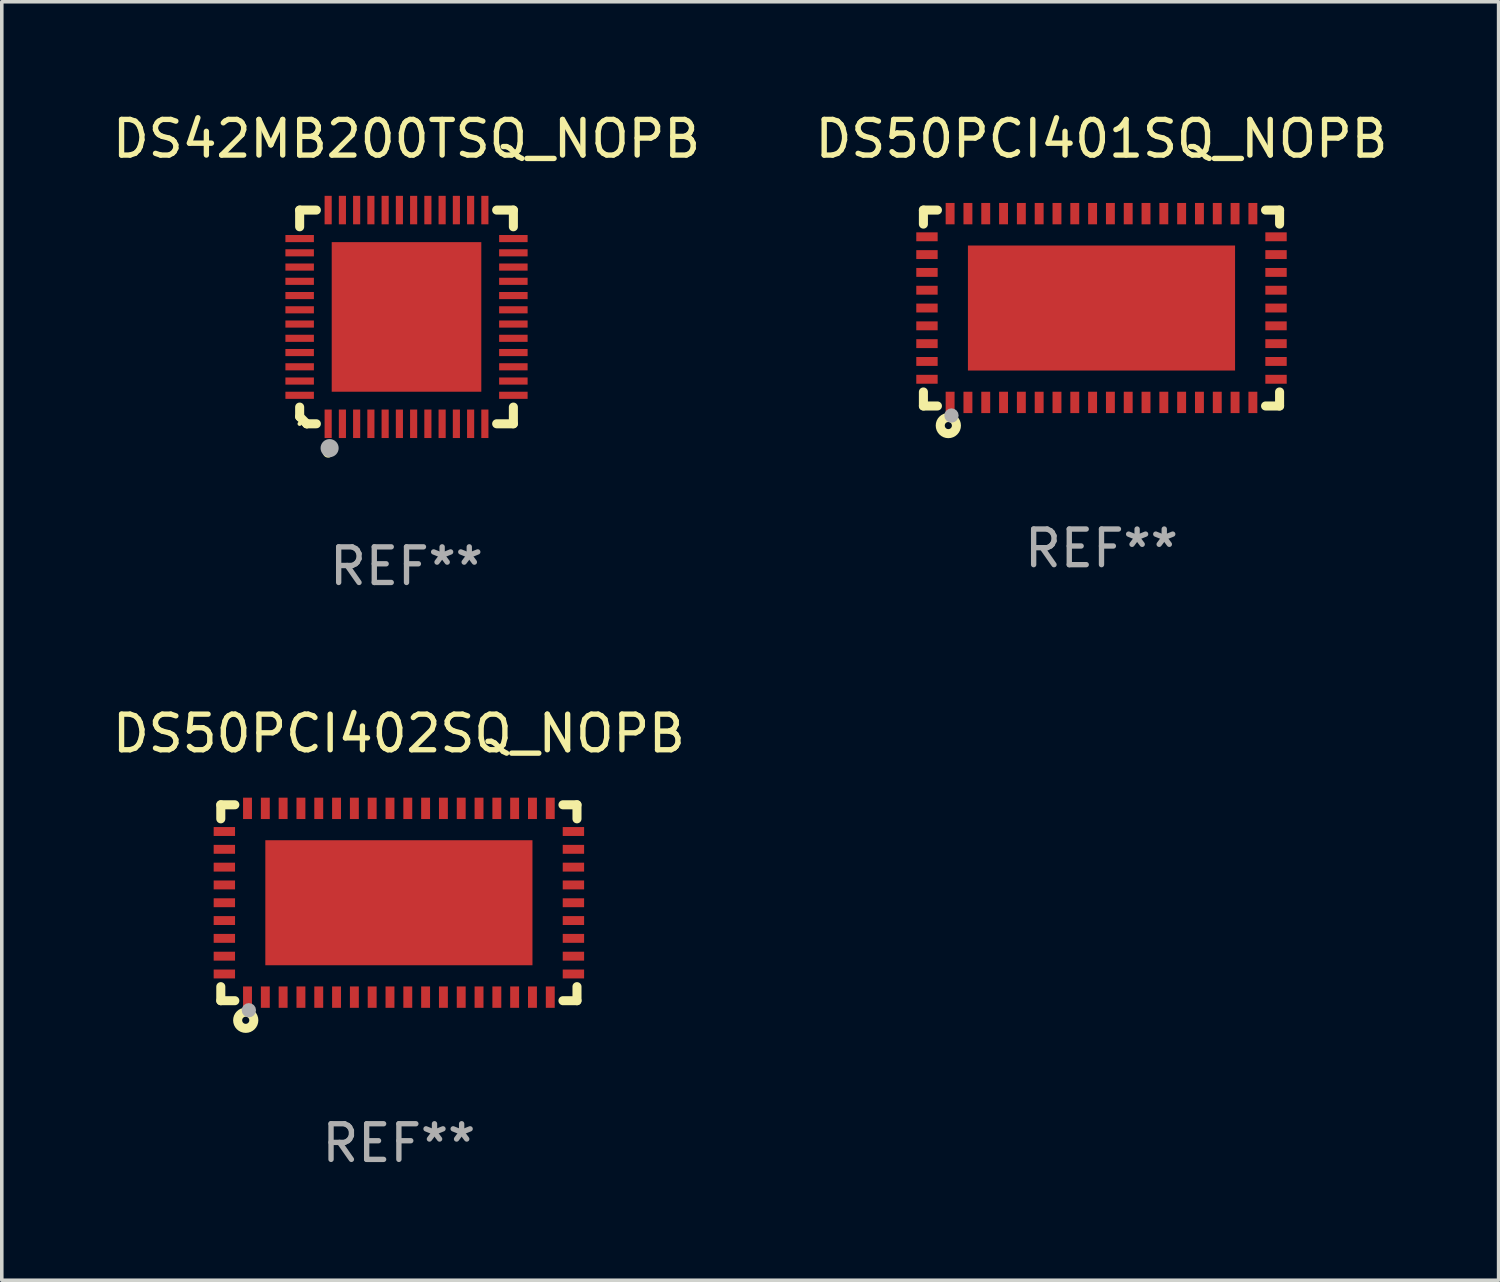
<source format=kicad_pcb>
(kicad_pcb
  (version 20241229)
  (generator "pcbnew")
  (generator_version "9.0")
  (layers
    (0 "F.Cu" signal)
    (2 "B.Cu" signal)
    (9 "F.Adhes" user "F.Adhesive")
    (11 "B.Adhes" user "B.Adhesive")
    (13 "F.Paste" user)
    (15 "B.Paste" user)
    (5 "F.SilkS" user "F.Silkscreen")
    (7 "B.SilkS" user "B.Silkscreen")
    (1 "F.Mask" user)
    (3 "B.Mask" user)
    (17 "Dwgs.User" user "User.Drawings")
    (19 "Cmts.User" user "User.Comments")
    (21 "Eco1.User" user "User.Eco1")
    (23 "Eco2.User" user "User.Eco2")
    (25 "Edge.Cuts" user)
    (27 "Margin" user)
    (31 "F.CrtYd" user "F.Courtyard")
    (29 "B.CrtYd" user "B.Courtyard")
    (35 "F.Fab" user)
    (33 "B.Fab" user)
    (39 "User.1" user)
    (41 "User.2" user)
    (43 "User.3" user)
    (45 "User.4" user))
  (footprint "DS50PCI402SQ_NOPB"
    (layer "F.Cu")
    (at 8.149 22.295)
    (property "Reference" "DS50PCI402SQ_NOPB" (at 0 -4.75 0) (layer "F.SilkS") (effects (font (size 1 1) (thickness 0.15))))
    (attr through_hole)
    (fp_line (start -5 -2.75) (end -4.606 -2.75) (stroke (width 0.254) (type solid)) (layer "F.SilkS"))
    (fp_line (start -5 -2.356) (end -5 -2.75) (stroke (width 0.254) (type solid)) (layer "F.SilkS"))
    (fp_line (start -5 2.75) (end -5 2.356) (stroke (width 0.254) (type solid)) (layer "F.SilkS"))
    (fp_line (start -4.606 2.75) (end -5 2.75) (stroke (width 0.254) (type solid)) (layer "F.SilkS"))
    (fp_line (start 4.606 -2.75) (end 5 -2.75) (stroke (width 0.254) (type solid)) (layer "F.SilkS"))
    (fp_line (start 5 -2.75) (end 5 -2.356) (stroke (width 0.254) (type solid)) (layer "F.SilkS"))
    (fp_line (start 5 2.356) (end 5 2.75) (stroke (width 0.254) (type solid)) (layer "F.SilkS"))
    (fp_line (start 5 2.75) (end 4.606 2.75) (stroke (width 0.254) (type solid)) (layer "F.SilkS"))
    (fp_circle (center -5 2.75) (end -4.97 2.75) (stroke (width 0.06) (type solid)) (fill no) (layer "F.SilkS"))
    (fp_circle (center -4.3 3.3) (end -4.2 3.3) (stroke (width 0.254) (type solid)) (fill no) (layer "F.SilkS"))
    (fp_circle (center -4.212 3.018) (end -4.111 3.018) (stroke (width 0.2) (type solid)) (fill no) (layer "F.Fab"))
    (fp_text user "REF**" (at 0 6.75 0) (layer "F.Fab") (effects (font (size 1 1) (thickness 0.15))))
    (pad "1" smd rect (at -4.25 2.65 270) (size 0.6 0.25) (layers "F.Cu" "F.Mask" "F.Paste"))
    (pad "2" smd rect (at -3.75 2.65 270) (size 0.6 0.25) (layers "F.Cu" "F.Mask" "F.Paste"))
    (pad "3" smd rect (at -3.25 2.65 270) (size 0.6 0.25) (layers "F.Cu" "F.Mask" "F.Paste"))
    (pad "4" smd rect (at -2.75 2.65 270) (size 0.6 0.25) (layers "F.Cu" "F.Mask" "F.Paste"))
    (pad "5" smd rect (at -2.25 2.65 270) (size 0.6 0.25) (layers "F.Cu" "F.Mask" "F.Paste"))
    (pad "6" smd rect (at -1.75 2.65 270) (size 0.6 0.25) (layers "F.Cu" "F.Mask" "F.Paste"))
    (pad "7" smd rect (at -1.25 2.65 270) (size 0.6 0.25) (layers "F.Cu" "F.Mask" "F.Paste"))
    (pad "8" smd rect (at -0.75 2.65 270) (size 0.6 0.25) (layers "F.Cu" "F.Mask" "F.Paste"))
    (pad "9" smd rect (at -0.25 2.65 270) (size 0.6 0.25) (layers "F.Cu" "F.Mask" "F.Paste"))
    (pad "10" smd rect (at 0.25 2.65 270) (size 0.6 0.25) (layers "F.Cu" "F.Mask" "F.Paste"))
    (pad "11" smd rect (at 0.75 2.65 270) (size 0.6 0.25) (layers "F.Cu" "F.Mask" "F.Paste"))
    (pad "12" smd rect (at 1.25 2.65 270) (size 0.6 0.25) (layers "F.Cu" "F.Mask" "F.Paste"))
    (pad "13" smd rect (at 1.75 2.65 270) (size 0.6 0.25) (layers "F.Cu" "F.Mask" "F.Paste"))
    (pad "14" smd rect (at 2.25 2.65 270) (size 0.6 0.25) (layers "F.Cu" "F.Mask" "F.Paste"))
    (pad "15" smd rect (at 2.75 2.65 270) (size 0.6 0.25) (layers "F.Cu" "F.Mask" "F.Paste"))
    (pad "16" smd rect (at 3.25 2.65 270) (size 0.6 0.25) (layers "F.Cu" "F.Mask" "F.Paste"))
    (pad "17" smd rect (at 3.75 2.65 270) (size 0.6 0.25) (layers "F.Cu" "F.Mask" "F.Paste"))
    (pad "18" smd rect (at 4.25 2.65 270) (size 0.6 0.25) (layers "F.Cu" "F.Mask" "F.Paste"))
    (pad "19" smd rect (at 4.9 2 270) (size 0.25 0.6) (layers "F.Cu" "F.Mask" "F.Paste"))
    (pad "20" smd rect (at 4.9 1.5 270) (size 0.25 0.6) (layers "F.Cu" "F.Mask" "F.Paste"))
    (pad "21" smd rect (at 4.9 1 270) (size 0.25 0.6) (layers "F.Cu" "F.Mask" "F.Paste"))
    (pad "22" smd rect (at 4.9 0.5 270) (size 0.25 0.6) (layers "F.Cu" "F.Mask" "F.Paste"))
    (pad "23" smd rect (at 4.9 -0.000076 270) (size 0.25 0.6) (layers "F.Cu" "F.Mask" "F.Paste"))
    (pad "24" smd rect (at 4.9 -0.5 270) (size 0.25 0.6) (layers "F.Cu" "F.Mask" "F.Paste"))
    (pad "25" smd rect (at 4.9 -1 270) (size 0.25 0.6) (layers "F.Cu" "F.Mask" "F.Paste"))
    (pad "26" smd rect (at 4.9 -1.5 270) (size 0.25 0.6) (layers "F.Cu" "F.Mask" "F.Paste"))
    (pad "27" smd rect (at 4.9 -2 270) (size 0.25 0.6) (layers "F.Cu" "F.Mask" "F.Paste"))
    (pad "28" smd rect (at 4.25 -2.65 270) (size 0.6 0.25) (layers "F.Cu" "F.Mask" "F.Paste"))
    (pad "29" smd rect (at 3.75 -2.65 270) (size 0.6 0.25) (layers "F.Cu" "F.Mask" "F.Paste"))
    (pad "30" smd rect (at 3.25 -2.65 270) (size 0.6 0.25) (layers "F.Cu" "F.Mask" "F.Paste"))
    (pad "31" smd rect (at 2.75 -2.65 270) (size 0.6 0.25) (layers "F.Cu" "F.Mask" "F.Paste"))
    (pad "32" smd rect (at 2.25 -2.65 270) (size 0.6 0.25) (layers "F.Cu" "F.Mask" "F.Paste"))
    (pad "33" smd rect (at 1.75 -2.65 270) (size 0.6 0.25) (layers "F.Cu" "F.Mask" "F.Paste"))
    (pad "34" smd rect (at 1.25 -2.65 270) (size 0.6 0.25) (layers "F.Cu" "F.Mask" "F.Paste"))
    (pad "35" smd rect (at 0.75 -2.65 270) (size 0.6 0.25) (layers "F.Cu" "F.Mask" "F.Paste"))
    (pad "36" smd rect (at 0.25 -2.65 270) (size 0.6 0.25) (layers "F.Cu" "F.Mask" "F.Paste"))
    (pad "37" smd rect (at -0.25 -2.65 270) (size 0.6 0.25) (layers "F.Cu" "F.Mask" "F.Paste"))
    (pad "38" smd rect (at -0.75 -2.65 270) (size 0.6 0.25) (layers "F.Cu" "F.Mask" "F.Paste"))
    (pad "39" smd rect (at -1.25 -2.65 270) (size 0.6 0.25) (layers "F.Cu" "F.Mask" "F.Paste"))
    (pad "40" smd rect (at -1.75 -2.65 270) (size 0.6 0.25) (layers "F.Cu" "F.Mask" "F.Paste"))
    (pad "41" smd rect (at -2.25 -2.65 270) (size 0.6 0.25) (layers "F.Cu" "F.Mask" "F.Paste"))
    (pad "42" smd rect (at -2.75 -2.65 270) (size 0.6 0.25) (layers "F.Cu" "F.Mask" "F.Paste"))
    (pad "43" smd rect (at -3.25 -2.65 270) (size 0.6 0.25) (layers "F.Cu" "F.Mask" "F.Paste"))
    (pad "44" smd rect (at -3.75 -2.65 270) (size 0.6 0.25) (layers "F.Cu" "F.Mask" "F.Paste"))
    (pad "45" smd rect (at -4.25 -2.65 270) (size 0.6 0.25) (layers "F.Cu" "F.Mask" "F.Paste"))
    (pad "46" smd rect (at -4.9 -2 270) (size 0.25 0.6) (layers "F.Cu" "F.Mask" "F.Paste"))
    (pad "47" smd rect (at -4.9 -1.5 270) (size 0.25 0.6) (layers "F.Cu" "F.Mask" "F.Paste"))
    (pad "48" smd rect (at -4.9 -1 270) (size 0.25 0.6) (layers "F.Cu" "F.Mask" "F.Paste"))
    (pad "49" smd rect (at -4.9 -0.5 270) (size 0.25 0.6) (layers "F.Cu" "F.Mask" "F.Paste"))
    (pad "50" smd rect (at -4.9 -0.000076 270) (size 0.25 0.6) (layers "F.Cu" "F.Mask" "F.Paste"))
    (pad "51" smd rect (at -4.9 0.5 270) (size 0.25 0.6) (layers "F.Cu" "F.Mask" "F.Paste"))
    (pad "52" smd rect (at -4.9 1 270) (size 0.25 0.6) (layers "F.Cu" "F.Mask" "F.Paste"))
    (pad "53" smd rect (at -4.9 1.5 270) (size 0.25 0.6) (layers "F.Cu" "F.Mask" "F.Paste"))
    (pad "54" smd rect (at -4.9 2 270) (size 0.25 0.6) (layers "F.Cu" "F.Mask" "F.Paste"))
    (pad "55" smd rect (at 0.000064 -0.000076 270) (size 3.51 7.5) (layers "F.Cu" "F.Mask" "F.Paste")))
  (footprint "DS50PCI401SQ_NOPB"
    (layer "F.Cu")
    (at 27.875 5.598)
    (property "Reference" "DS50PCI401SQ_NOPB" (at 0 -4.75 0) (layer "F.SilkS") (effects (font (size 1 1) (thickness 0.15))))
    (attr through_hole)
    (fp_line (start -5 -2.75) (end -4.606 -2.75) (stroke (width 0.254) (type solid)) (layer "F.SilkS"))
    (fp_line (start -5 -2.356) (end -5 -2.75) (stroke (width 0.254) (type solid)) (layer "F.SilkS"))
    (fp_line (start -5 2.75) (end -5 2.356) (stroke (width 0.254) (type solid)) (layer "F.SilkS"))
    (fp_line (start -4.606 2.75) (end -5 2.75) (stroke (width 0.254) (type solid)) (layer "F.SilkS"))
    (fp_line (start 4.606 -2.75) (end 5 -2.75) (stroke (width 0.254) (type solid)) (layer "F.SilkS"))
    (fp_line (start 5 -2.75) (end 5 -2.356) (stroke (width 0.254) (type solid)) (layer "F.SilkS"))
    (fp_line (start 5 2.356) (end 5 2.75) (stroke (width 0.254) (type solid)) (layer "F.SilkS"))
    (fp_line (start 5 2.75) (end 4.606 2.75) (stroke (width 0.254) (type solid)) (layer "F.SilkS"))
    (fp_circle (center -5 2.75) (end -4.97 2.75) (stroke (width 0.06) (type solid)) (fill no) (layer "F.SilkS"))
    (fp_circle (center -4.3 3.3) (end -4.2 3.3) (stroke (width 0.254) (type solid)) (fill no) (layer "F.SilkS"))
    (fp_circle (center -4.212 3.018) (end -4.111 3.018) (stroke (width 0.2) (type solid)) (fill no) (layer "F.Fab"))
    (fp_text user "REF**" (at 0 6.75 0) (layer "F.Fab") (effects (font (size 1 1) (thickness 0.15))))
    (pad "1" smd rect (at -4.25 2.65 270) (size 0.6 0.25) (layers "F.Cu" "F.Mask" "F.Paste"))
    (pad "2" smd rect (at -3.75 2.65 270) (size 0.6 0.25) (layers "F.Cu" "F.Mask" "F.Paste"))
    (pad "3" smd rect (at -3.25 2.65 270) (size 0.6 0.25) (layers "F.Cu" "F.Mask" "F.Paste"))
    (pad "4" smd rect (at -2.75 2.65 270) (size 0.6 0.25) (layers "F.Cu" "F.Mask" "F.Paste"))
    (pad "5" smd rect (at -2.25 2.65 270) (size 0.6 0.25) (layers "F.Cu" "F.Mask" "F.Paste"))
    (pad "6" smd rect (at -1.75 2.65 270) (size 0.6 0.25) (layers "F.Cu" "F.Mask" "F.Paste"))
    (pad "7" smd rect (at -1.25 2.65 270) (size 0.6 0.25) (layers "F.Cu" "F.Mask" "F.Paste"))
    (pad "8" smd rect (at -0.75 2.65 270) (size 0.6 0.25) (layers "F.Cu" "F.Mask" "F.Paste"))
    (pad "9" smd rect (at -0.25 2.65 270) (size 0.6 0.25) (layers "F.Cu" "F.Mask" "F.Paste"))
    (pad "10" smd rect (at 0.25 2.65 270) (size 0.6 0.25) (layers "F.Cu" "F.Mask" "F.Paste"))
    (pad "11" smd rect (at 0.75 2.65 270) (size 0.6 0.25) (layers "F.Cu" "F.Mask" "F.Paste"))
    (pad "12" smd rect (at 1.25 2.65 270) (size 0.6 0.25) (layers "F.Cu" "F.Mask" "F.Paste"))
    (pad "13" smd rect (at 1.75 2.65 270) (size 0.6 0.25) (layers "F.Cu" "F.Mask" "F.Paste"))
    (pad "14" smd rect (at 2.25 2.65 270) (size 0.6 0.25) (layers "F.Cu" "F.Mask" "F.Paste"))
    (pad "15" smd rect (at 2.75 2.65 270) (size 0.6 0.25) (layers "F.Cu" "F.Mask" "F.Paste"))
    (pad "16" smd rect (at 3.25 2.65 270) (size 0.6 0.25) (layers "F.Cu" "F.Mask" "F.Paste"))
    (pad "17" smd rect (at 3.75 2.65 270) (size 0.6 0.25) (layers "F.Cu" "F.Mask" "F.Paste"))
    (pad "18" smd rect (at 4.25 2.65 270) (size 0.6 0.25) (layers "F.Cu" "F.Mask" "F.Paste"))
    (pad "19" smd rect (at 4.9 2 270) (size 0.25 0.6) (layers "F.Cu" "F.Mask" "F.Paste"))
    (pad "20" smd rect (at 4.9 1.5 270) (size 0.25 0.6) (layers "F.Cu" "F.Mask" "F.Paste"))
    (pad "21" smd rect (at 4.9 1 270) (size 0.25 0.6) (layers "F.Cu" "F.Mask" "F.Paste"))
    (pad "22" smd rect (at 4.9 0.5 270) (size 0.25 0.6) (layers "F.Cu" "F.Mask" "F.Paste"))
    (pad "23" smd rect (at 4.9 -0.000076 270) (size 0.25 0.6) (layers "F.Cu" "F.Mask" "F.Paste"))
    (pad "24" smd rect (at 4.9 -0.5 270) (size 0.25 0.6) (layers "F.Cu" "F.Mask" "F.Paste"))
    (pad "25" smd rect (at 4.9 -1 270) (size 0.25 0.6) (layers "F.Cu" "F.Mask" "F.Paste"))
    (pad "26" smd rect (at 4.9 -1.5 270) (size 0.25 0.6) (layers "F.Cu" "F.Mask" "F.Paste"))
    (pad "27" smd rect (at 4.9 -2 270) (size 0.25 0.6) (layers "F.Cu" "F.Mask" "F.Paste"))
    (pad "28" smd rect (at 4.25 -2.65 270) (size 0.6 0.25) (layers "F.Cu" "F.Mask" "F.Paste"))
    (pad "29" smd rect (at 3.75 -2.65 270) (size 0.6 0.25) (layers "F.Cu" "F.Mask" "F.Paste"))
    (pad "30" smd rect (at 3.25 -2.65 270) (size 0.6 0.25) (layers "F.Cu" "F.Mask" "F.Paste"))
    (pad "31" smd rect (at 2.75 -2.65 270) (size 0.6 0.25) (layers "F.Cu" "F.Mask" "F.Paste"))
    (pad "32" smd rect (at 2.25 -2.65 270) (size 0.6 0.25) (layers "F.Cu" "F.Mask" "F.Paste"))
    (pad "33" smd rect (at 1.75 -2.65 270) (size 0.6 0.25) (layers "F.Cu" "F.Mask" "F.Paste"))
    (pad "34" smd rect (at 1.25 -2.65 270) (size 0.6 0.25) (layers "F.Cu" "F.Mask" "F.Paste"))
    (pad "35" smd rect (at 0.75 -2.65 270) (size 0.6 0.25) (layers "F.Cu" "F.Mask" "F.Paste"))
    (pad "36" smd rect (at 0.25 -2.65 270) (size 0.6 0.25) (layers "F.Cu" "F.Mask" "F.Paste"))
    (pad "37" smd rect (at -0.25 -2.65 270) (size 0.6 0.25) (layers "F.Cu" "F.Mask" "F.Paste"))
    (pad "38" smd rect (at -0.75 -2.65 270) (size 0.6 0.25) (layers "F.Cu" "F.Mask" "F.Paste"))
    (pad "39" smd rect (at -1.25 -2.65 270) (size 0.6 0.25) (layers "F.Cu" "F.Mask" "F.Paste"))
    (pad "40" smd rect (at -1.75 -2.65 270) (size 0.6 0.25) (layers "F.Cu" "F.Mask" "F.Paste"))
    (pad "41" smd rect (at -2.25 -2.65 270) (size 0.6 0.25) (layers "F.Cu" "F.Mask" "F.Paste"))
    (pad "42" smd rect (at -2.75 -2.65 270) (size 0.6 0.25) (layers "F.Cu" "F.Mask" "F.Paste"))
    (pad "43" smd rect (at -3.25 -2.65 270) (size 0.6 0.25) (layers "F.Cu" "F.Mask" "F.Paste"))
    (pad "44" smd rect (at -3.75 -2.65 270) (size 0.6 0.25) (layers "F.Cu" "F.Mask" "F.Paste"))
    (pad "45" smd rect (at -4.25 -2.65 270) (size 0.6 0.25) (layers "F.Cu" "F.Mask" "F.Paste"))
    (pad "46" smd rect (at -4.9 -2 270) (size 0.25 0.6) (layers "F.Cu" "F.Mask" "F.Paste"))
    (pad "47" smd rect (at -4.9 -1.5 270) (size 0.25 0.6) (layers "F.Cu" "F.Mask" "F.Paste"))
    (pad "48" smd rect (at -4.9 -1 270) (size 0.25 0.6) (layers "F.Cu" "F.Mask" "F.Paste"))
    (pad "49" smd rect (at -4.9 -0.5 270) (size 0.25 0.6) (layers "F.Cu" "F.Mask" "F.Paste"))
    (pad "50" smd rect (at -4.9 -0.000076 270) (size 0.25 0.6) (layers "F.Cu" "F.Mask" "F.Paste"))
    (pad "51" smd rect (at -4.9 0.5 270) (size 0.25 0.6) (layers "F.Cu" "F.Mask" "F.Paste"))
    (pad "52" smd rect (at -4.9 1 270) (size 0.25 0.6) (layers "F.Cu" "F.Mask" "F.Paste"))
    (pad "53" smd rect (at -4.9 1.5 270) (size 0.25 0.6) (layers "F.Cu" "F.Mask" "F.Paste"))
    (pad "54" smd rect (at -4.9 2 270) (size 0.25 0.6) (layers "F.Cu" "F.Mask" "F.Paste"))
    (pad "55" smd rect (at 0.000064 -0.000076 270) (size 3.51 7.5) (layers "F.Cu" "F.Mask" "F.Paste")))
  (footprint "DS42MB200TSQ_NOPB"
    (layer "F.Cu")
    (at 8.363 5.848)
    (property "Reference" "DS42MB200TSQ_NOPB" (at 0 -5 0) (layer "F.SilkS") (effects (font (size 1 1) (thickness 0.15))))
    (attr through_hole)
    (fp_line (start -3 -3) (end -3 -2.531) (stroke (width 0.254) (type solid)) (layer "F.SilkS"))
    (fp_line (start -3 2.8) (end -3 2.531) (stroke (width 0.254) (type solid)) (layer "F.SilkS"))
    (fp_line (start -2.8 3) (end -3 2.8) (stroke (width 0.254) (type solid)) (layer "F.SilkS"))
    (fp_line (start -2.8 3) (end -2.8 3) (stroke (width 0.254) (type solid)) (layer "F.SilkS"))
    (fp_line (start -2.531 -3) (end -3 -3) (stroke (width 0.254) (type solid)) (layer "F.SilkS"))
    (fp_line (start -2.531 3) (end -2.8 3) (stroke (width 0.254) (type solid)) (layer "F.SilkS"))
    (fp_line (start 2.531 -3) (end 3 -3) (stroke (width 0.254) (type solid)) (layer "F.SilkS"))
    (fp_line (start 3 -3) (end 3 -2.531) (stroke (width 0.254) (type solid)) (layer "F.SilkS"))
    (fp_line (start 3 2.531) (end 3 3) (stroke (width 0.254) (type solid)) (layer "F.SilkS"))
    (fp_line (start 3 3) (end 2.531 3) (stroke (width 0.254) (type solid)) (layer "F.SilkS"))
    (fp_arc (start -2.199975 3.8) (mid -2.198705 3.799995) (end -2.197435 3.8) (stroke (width 0.3) (type solid)) (layer "F.SilkS"))
    (fp_circle (center -3 3) (end -2.97 3) (stroke (width 0.06) (type solid)) (fill no) (layer "F.SilkS"))
    (fp_circle (center -2.159 3.683) (end -2.032 3.683) (stroke (width 0.254) (type solid)) (fill no) (layer "F.Fab"))
    (fp_text user "REF**" (at 0 7 0) (layer "F.Fab") (effects (font (size 1 1) (thickness 0.15))))
    (pad "1" smd rect (at -2.2 3 180) (size 0.2 0.8) (layers "F.Cu" "F.Mask" "F.Paste"))
    (pad "2" smd rect (at -1.8 3 180) (size 0.2 0.8) (layers "F.Cu" "F.Mask" "F.Paste"))
    (pad "3" smd rect (at -1.4 3 180) (size 0.2 0.8) (layers "F.Cu" "F.Mask" "F.Paste"))
    (pad "4" smd rect (at -1 3 180) (size 0.2 0.8) (layers "F.Cu" "F.Mask" "F.Paste"))
    (pad "5" smd rect (at -0.6 3 180) (size 0.2 0.8) (layers "F.Cu" "F.Mask" "F.Paste"))
    (pad "6" smd rect (at -0.2 3 180) (size 0.2 0.8) (layers "F.Cu" "F.Mask" "F.Paste"))
    (pad "7" smd rect (at 0.2 3 180) (size 0.2 0.8) (layers "F.Cu" "F.Mask" "F.Paste"))
    (pad "8" smd rect (at 0.6 3 180) (size 0.2 0.8) (layers "F.Cu" "F.Mask" "F.Paste"))
    (pad "9" smd rect (at 1 3 180) (size 0.2 0.8) (layers "F.Cu" "F.Mask" "F.Paste"))
    (pad "10" smd rect (at 1.4 3 180) (size 0.2 0.8) (layers "F.Cu" "F.Mask" "F.Paste"))
    (pad "11" smd rect (at 1.8 3 180) (size 0.2 0.8) (layers "F.Cu" "F.Mask" "F.Paste"))
    (pad "12" smd rect (at 2.2 3 180) (size 0.2 0.8) (layers "F.Cu" "F.Mask" "F.Paste"))
    (pad "13" smd rect (at 3 2.2 90) (size 0.2 0.8) (layers "F.Cu" "F.Mask" "F.Paste"))
    (pad "14" smd rect (at 3 1.8 90) (size 0.2 0.8) (layers "F.Cu" "F.Mask" "F.Paste"))
    (pad "15" smd rect (at 3 1.4 90) (size 0.2 0.8) (layers "F.Cu" "F.Mask" "F.Paste"))
    (pad "16" smd rect (at 3 1 90) (size 0.2 0.8) (layers "F.Cu" "F.Mask" "F.Paste"))
    (pad "17" smd rect (at 3 0.6 90) (size 0.2 0.8) (layers "F.Cu" "F.Mask" "F.Paste"))
    (pad "18" smd rect (at 3 0.2 90) (size 0.2 0.8) (layers "F.Cu" "F.Mask" "F.Paste"))
    (pad "19" smd rect (at 3 -0.2 90) (size 0.2 0.8) (layers "F.Cu" "F.Mask" "F.Paste"))
    (pad "20" smd rect (at 3 -0.6 90) (size 0.2 0.8) (layers "F.Cu" "F.Mask" "F.Paste"))
    (pad "21" smd rect (at 3 -1 90) (size 0.2 0.8) (layers "F.Cu" "F.Mask" "F.Paste"))
    (pad "22" smd rect (at 3 -1.4 90) (size 0.2 0.8) (layers "F.Cu" "F.Mask" "F.Paste"))
    (pad "23" smd rect (at 3 -1.8 90) (size 0.2 0.8) (layers "F.Cu" "F.Mask" "F.Paste"))
    (pad "24" smd rect (at 3 -2.2 90) (size 0.2 0.8) (layers "F.Cu" "F.Mask" "F.Paste"))
    (pad "25" smd rect (at 2.2 -3 180) (size 0.2 0.8) (layers "F.Cu" "F.Mask" "F.Paste"))
    (pad "26" smd rect (at 1.8 -3 180) (size 0.2 0.8) (layers "F.Cu" "F.Mask" "F.Paste"))
    (pad "27" smd rect (at 1.4 -3 180) (size 0.2 0.8) (layers "F.Cu" "F.Mask" "F.Paste"))
    (pad "28" smd rect (at 1 -3 180) (size 0.2 0.8) (layers "F.Cu" "F.Mask" "F.Paste"))
    (pad "29" smd rect (at 0.6 -3 180) (size 0.2 0.8) (layers "F.Cu" "F.Mask" "F.Paste"))
    (pad "30" smd rect (at 0.2 -3 180) (size 0.2 0.8) (layers "F.Cu" "F.Mask" "F.Paste"))
    (pad "31" smd rect (at -0.2 -3 180) (size 0.2 0.8) (layers "F.Cu" "F.Mask" "F.Paste"))
    (pad "32" smd rect (at -0.6 -3 180) (size 0.2 0.8) (layers "F.Cu" "F.Mask" "F.Paste"))
    (pad "33" smd rect (at -1 -3 180) (size 0.2 0.8) (layers "F.Cu" "F.Mask" "F.Paste"))
    (pad "34" smd rect (at -1.4 -3 180) (size 0.2 0.8) (layers "F.Cu" "F.Mask" "F.Paste"))
    (pad "35" smd rect (at -1.8 -3 180) (size 0.2 0.8) (layers "F.Cu" "F.Mask" "F.Paste"))
    (pad "36" smd rect (at -2.2 -3 180) (size 0.2 0.8) (layers "F.Cu" "F.Mask" "F.Paste"))
    (pad "37" smd rect (at -3 -2.2 90) (size 0.2 0.8) (layers "F.Cu" "F.Mask" "F.Paste"))
    (pad "38" smd rect (at -3 -1.8 90) (size 0.2 0.8) (layers "F.Cu" "F.Mask" "F.Paste"))
    (pad "39" smd rect (at -3 -1.4 90) (size 0.2 0.8) (layers "F.Cu" "F.Mask" "F.Paste"))
    (pad "40" smd rect (at -3 -1 90) (size 0.2 0.8) (layers "F.Cu" "F.Mask" "F.Paste"))
    (pad "41" smd rect (at -3 -0.6 90) (size 0.2 0.8) (layers "F.Cu" "F.Mask" "F.Paste"))
    (pad "42" smd rect (at -3 -0.2 90) (size 0.2 0.8) (layers "F.Cu" "F.Mask" "F.Paste"))
    (pad "43" smd rect (at -3 0.2 90) (size 0.2 0.8) (layers "F.Cu" "F.Mask" "F.Paste"))
    (pad "44" smd rect (at -3 0.6 90) (size 0.2 0.8) (layers "F.Cu" "F.Mask" "F.Paste"))
    (pad "45" smd rect (at -3 1 90) (size 0.2 0.8) (layers "F.Cu" "F.Mask" "F.Paste"))
    (pad "46" smd rect (at -3 1.4 90) (size 0.2 0.8) (layers "F.Cu" "F.Mask" "F.Paste"))
    (pad "47" smd rect (at -3 1.8 90) (size 0.2 0.8) (layers "F.Cu" "F.Mask" "F.Paste"))
    (pad "48" smd rect (at -3 2.2 90) (size 0.2 0.8) (layers "F.Cu" "F.Mask" "F.Paste"))
    (pad "49" smd rect (at -0.000025 0.000127 90) (size 4.2 4.2) (layers "F.Cu" "F.Mask" "F.Paste")))
  (gr_rect
    (start -3 -3)
    (end 39.024 32.893)
    (stroke (width 0.1) (type default))
    (fill no)
    (layer "Edge.Cuts")))
</source>
